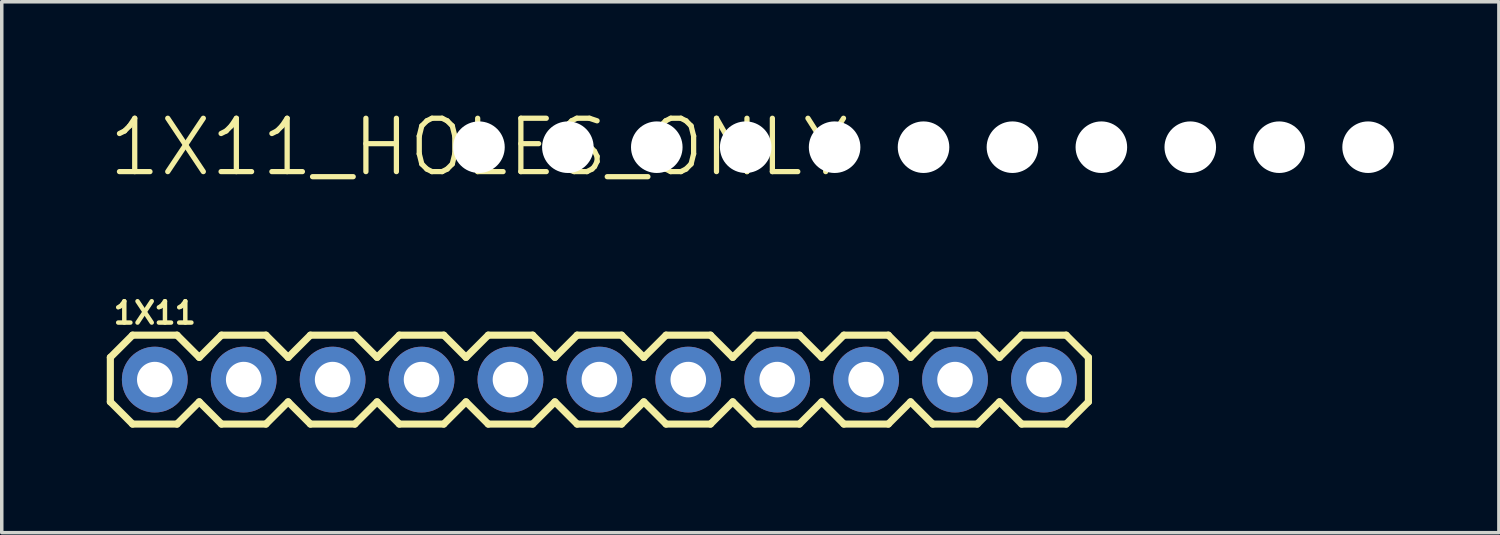
<source format=kicad_pcb>
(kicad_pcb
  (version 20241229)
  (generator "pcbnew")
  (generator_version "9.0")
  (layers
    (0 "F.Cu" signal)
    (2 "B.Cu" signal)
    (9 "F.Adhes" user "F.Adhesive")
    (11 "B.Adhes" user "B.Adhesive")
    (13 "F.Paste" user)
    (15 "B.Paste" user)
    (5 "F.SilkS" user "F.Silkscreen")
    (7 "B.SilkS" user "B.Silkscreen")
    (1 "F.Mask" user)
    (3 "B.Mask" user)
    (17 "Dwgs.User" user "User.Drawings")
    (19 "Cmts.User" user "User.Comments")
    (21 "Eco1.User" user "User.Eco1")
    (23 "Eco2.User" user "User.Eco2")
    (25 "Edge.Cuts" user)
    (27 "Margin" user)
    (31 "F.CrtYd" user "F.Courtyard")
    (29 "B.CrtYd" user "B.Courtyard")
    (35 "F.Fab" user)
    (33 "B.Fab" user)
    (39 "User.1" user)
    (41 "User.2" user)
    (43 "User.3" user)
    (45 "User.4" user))
  (footprint "1X11"
    (layer "F.Cu")
    (at 1.372 7.794)
    (property "Reference" "1X11" (at 0 -1.905 0) (layer "F.SilkS") (effects (font (size 0.61 0.61) (thickness 0.127))))
    (attr exclude_from_pos_files exclude_from_bom)
    (fp_line (start -1.27 -0.635) (end -1.27 0.635) (stroke (width 0.203) (type solid)) (layer "F.SilkS"))
    (fp_line (start -1.27 0.635) (end -0.635 1.27) (stroke (width 0.203) (type solid)) (layer "F.SilkS"))
    (fp_line (start -0.635 -1.27) (end -1.27 -0.635) (stroke (width 0.203) (type solid)) (layer "F.SilkS"))
    (fp_line (start -0.635 -1.27) (end 0.635 -1.27) (stroke (width 0.203) (type solid)) (layer "F.SilkS"))
    (fp_line (start 0.635 -1.27) (end 1.27 -0.635) (stroke (width 0.203) (type solid)) (layer "F.SilkS"))
    (fp_line (start 0.635 1.27) (end -0.635 1.27) (stroke (width 0.203) (type solid)) (layer "F.SilkS"))
    (fp_line (start 1.27 -0.635) (end 1.905 -1.27) (stroke (width 0.203) (type solid)) (layer "F.SilkS"))
    (fp_line (start 1.27 0.635) (end 0.635 1.27) (stroke (width 0.203) (type solid)) (layer "F.SilkS"))
    (fp_line (start 1.905 -1.27) (end 3.175 -1.27) (stroke (width 0.203) (type solid)) (layer "F.SilkS"))
    (fp_line (start 1.905 1.27) (end 1.27 0.635) (stroke (width 0.203) (type solid)) (layer "F.SilkS"))
    (fp_line (start 3.175 -1.27) (end 3.81 -0.635) (stroke (width 0.203) (type solid)) (layer "F.SilkS"))
    (fp_line (start 3.175 1.27) (end 1.905 1.27) (stroke (width 0.203) (type solid)) (layer "F.SilkS"))
    (fp_line (start 3.81 -0.635) (end 4.445 -1.27) (stroke (width 0.203) (type solid)) (layer "F.SilkS"))
    (fp_line (start 3.81 0.635) (end 3.175 1.27) (stroke (width 0.203) (type solid)) (layer "F.SilkS"))
    (fp_line (start 4.445 -1.27) (end 5.715 -1.27) (stroke (width 0.203) (type solid)) (layer "F.SilkS"))
    (fp_line (start 4.445 1.27) (end 3.81 0.635) (stroke (width 0.203) (type solid)) (layer "F.SilkS"))
    (fp_line (start 5.715 -1.27) (end 6.35 -0.635) (stroke (width 0.203) (type solid)) (layer "F.SilkS"))
    (fp_line (start 5.715 1.27) (end 4.445 1.27) (stroke (width 0.203) (type solid)) (layer "F.SilkS"))
    (fp_line (start 6.35 0.635) (end 5.715 1.27) (stroke (width 0.203) (type solid)) (layer "F.SilkS"))
    (fp_line (start 6.35 0.635) (end 6.985 1.27) (stroke (width 0.203) (type solid)) (layer "F.SilkS"))
    (fp_line (start 6.985 -1.27) (end 6.35 -0.635) (stroke (width 0.203) (type solid)) (layer "F.SilkS"))
    (fp_line (start 6.985 -1.27) (end 8.255 -1.27) (stroke (width 0.203) (type solid)) (layer "F.SilkS"))
    (fp_line (start 8.255 -1.27) (end 8.89 -0.635) (stroke (width 0.203) (type solid)) (layer "F.SilkS"))
    (fp_line (start 8.255 1.27) (end 6.985 1.27) (stroke (width 0.203) (type solid)) (layer "F.SilkS"))
    (fp_line (start 8.89 -0.635) (end 9.525 -1.27) (stroke (width 0.203) (type solid)) (layer "F.SilkS"))
    (fp_line (start 8.89 0.635) (end 8.255 1.27) (stroke (width 0.203) (type solid)) (layer "F.SilkS"))
    (fp_line (start 9.525 -1.27) (end 10.795 -1.27) (stroke (width 0.203) (type solid)) (layer "F.SilkS"))
    (fp_line (start 9.525 1.27) (end 8.89 0.635) (stroke (width 0.203) (type solid)) (layer "F.SilkS"))
    (fp_line (start 10.795 -1.27) (end 11.43 -0.635) (stroke (width 0.203) (type solid)) (layer "F.SilkS"))
    (fp_line (start 10.795 1.27) (end 9.525 1.27) (stroke (width 0.203) (type solid)) (layer "F.SilkS"))
    (fp_line (start 11.43 -0.635) (end 12.065 -1.27) (stroke (width 0.203) (type solid)) (layer "F.SilkS"))
    (fp_line (start 11.43 0.635) (end 10.795 1.27) (stroke (width 0.203) (type solid)) (layer "F.SilkS"))
    (fp_line (start 12.065 -1.27) (end 13.335 -1.27) (stroke (width 0.203) (type solid)) (layer "F.SilkS"))
    (fp_line (start 12.065 1.27) (end 11.43 0.635) (stroke (width 0.203) (type solid)) (layer "F.SilkS"))
    (fp_line (start 13.335 -1.27) (end 13.97 -0.635) (stroke (width 0.203) (type solid)) (layer "F.SilkS"))
    (fp_line (start 13.335 1.27) (end 12.065 1.27) (stroke (width 0.203) (type solid)) (layer "F.SilkS"))
    (fp_line (start 13.97 0.635) (end 13.335 1.27) (stroke (width 0.203) (type solid)) (layer "F.SilkS"))
    (fp_line (start 13.97 0.635) (end 14.605 1.27) (stroke (width 0.203) (type solid)) (layer "F.SilkS"))
    (fp_line (start 14.605 -1.27) (end 13.97 -0.635) (stroke (width 0.203) (type solid)) (layer "F.SilkS"))
    (fp_line (start 14.605 -1.27) (end 15.875 -1.27) (stroke (width 0.203) (type solid)) (layer "F.SilkS"))
    (fp_line (start 15.875 -1.27) (end 16.51 -0.635) (stroke (width 0.203) (type solid)) (layer "F.SilkS"))
    (fp_line (start 15.875 1.27) (end 14.605 1.27) (stroke (width 0.203) (type solid)) (layer "F.SilkS"))
    (fp_line (start 16.51 0.635) (end 15.875 1.27) (stroke (width 0.203) (type solid)) (layer "F.SilkS"))
    (fp_line (start 16.51 0.635) (end 17.145 1.27) (stroke (width 0.203) (type solid)) (layer "F.SilkS"))
    (fp_line (start 17.145 -1.27) (end 16.51 -0.635) (stroke (width 0.203) (type solid)) (layer "F.SilkS"))
    (fp_line (start 17.145 -1.27) (end 18.415 -1.27) (stroke (width 0.203) (type solid)) (layer "F.SilkS"))
    (fp_line (start 18.415 -1.27) (end 19.05 -0.635) (stroke (width 0.203) (type solid)) (layer "F.SilkS"))
    (fp_line (start 18.415 1.27) (end 17.145 1.27) (stroke (width 0.203) (type solid)) (layer "F.SilkS"))
    (fp_line (start 19.05 0.635) (end 18.415 1.27) (stroke (width 0.203) (type solid)) (layer "F.SilkS"))
    (fp_line (start 19.05 0.635) (end 19.685 1.27) (stroke (width 0.203) (type solid)) (layer "F.SilkS"))
    (fp_line (start 19.685 -1.27) (end 19.05 -0.635) (stroke (width 0.203) (type solid)) (layer "F.SilkS"))
    (fp_line (start 19.685 -1.27) (end 20.955 -1.27) (stroke (width 0.203) (type solid)) (layer "F.SilkS"))
    (fp_line (start 20.955 -1.27) (end 21.59 -0.635) (stroke (width 0.203) (type solid)) (layer "F.SilkS"))
    (fp_line (start 20.955 1.27) (end 19.685 1.27) (stroke (width 0.203) (type solid)) (layer "F.SilkS"))
    (fp_line (start 21.59 0.635) (end 20.955 1.27) (stroke (width 0.203) (type solid)) (layer "F.SilkS"))
    (fp_line (start 21.59 0.635) (end 22.225 1.27) (stroke (width 0.203) (type solid)) (layer "F.SilkS"))
    (fp_line (start 22.225 -1.27) (end 21.59 -0.635) (stroke (width 0.203) (type solid)) (layer "F.SilkS"))
    (fp_line (start 22.225 -1.27) (end 23.495 -1.27) (stroke (width 0.203) (type solid)) (layer "F.SilkS"))
    (fp_line (start 23.495 -1.27) (end 24.13 -0.635) (stroke (width 0.203) (type solid)) (layer "F.SilkS"))
    (fp_line (start 23.495 1.27) (end 22.225 1.27) (stroke (width 0.203) (type solid)) (layer "F.SilkS"))
    (fp_line (start 24.13 0.635) (end 23.495 1.27) (stroke (width 0.203) (type solid)) (layer "F.SilkS"))
    (fp_line (start 24.13 0.635) (end 24.765 1.27) (stroke (width 0.203) (type solid)) (layer "F.SilkS"))
    (fp_line (start 24.765 -1.27) (end 24.13 -0.635) (stroke (width 0.203) (type solid)) (layer "F.SilkS"))
    (fp_line (start 24.765 -1.27) (end 26.035 -1.27) (stroke (width 0.203) (type solid)) (layer "F.SilkS"))
    (fp_line (start 26.035 -1.27) (end 26.67 -0.635) (stroke (width 0.203) (type solid)) (layer "F.SilkS"))
    (fp_line (start 26.035 1.27) (end 24.765 1.27) (stroke (width 0.203) (type solid)) (layer "F.SilkS"))
    (fp_line (start 26.67 -0.635) (end 26.67 0.635) (stroke (width 0.203) (type solid)) (layer "F.SilkS"))
    (fp_line (start 26.67 0.635) (end 26.035 1.27) (stroke (width 0.203) (type solid)) (layer "F.SilkS"))
    (pad "1" thru_hole circle (at 0 0) (size 1.88 1.88) (drill 1.016) (layers "*.Cu" "*.Mask"))
    (pad "2" thru_hole circle (at 2.54 0) (size 1.88 1.88) (drill 1.016) (layers "*.Cu" "*.Mask"))
    (pad "3" thru_hole circle (at 5.08 0) (size 1.88 1.88) (drill 1.016) (layers "*.Cu" "*.Mask"))
    (pad "4" thru_hole circle (at 7.62 0) (size 1.88 1.88) (drill 1.016) (layers "*.Cu" "*.Mask"))
    (pad "5" thru_hole circle (at 10.16 0) (size 1.88 1.88) (drill 1.016) (layers "*.Cu" "*.Mask"))
    (pad "6" thru_hole circle (at 12.7 0) (size 1.88 1.88) (drill 1.016) (layers "*.Cu" "*.Mask"))
    (pad "7" thru_hole circle (at 15.24 0) (size 1.88 1.88) (drill 1.016) (layers "*.Cu" "*.Mask"))
    (pad "8" thru_hole circle (at 17.78 0) (size 1.88 1.88) (drill 1.016) (layers "*.Cu" "*.Mask"))
    (pad "9" thru_hole circle (at 20.32 0) (size 1.88 1.88) (drill 1.016) (layers "*.Cu" "*.Mask"))
    (pad "10" thru_hole circle (at 22.86 0) (size 1.88 1.88) (drill 1.016) (layers "*.Cu" "*.Mask"))
    (pad "11" thru_hole circle (at 25.4 0) (size 1.88 1.88) (drill 1.016) (layers "*.Cu" "*.Mask")))
  (footprint "1X11_HOLES_ONLY"
    (layer "F.Cu")
    (at 10.632 1.155)
    (property "Reference" "1X11_HOLES_ONLY" (at 0 0 0) (layer "F.SilkS") (effects (font (size 1.524 1.524) (thickness 0.15))))
    (attr exclude_from_pos_files exclude_from_bom)
    (fp_circle (center 0 0) (end 0 -0.635) (stroke (width 0.127) (type solid)) (fill no) (layer "Dwgs.User"))
    (fp_circle (center 2.54 0) (end 2.54 -0.635) (stroke (width 0.127) (type solid)) (fill no) (layer "Dwgs.User"))
    (fp_circle (center 5.08 0) (end 5.08 -0.635) (stroke (width 0.127) (type solid)) (fill no) (layer "Dwgs.User"))
    (fp_circle (center 7.62 0) (end 7.62 -0.635) (stroke (width 0.127) (type solid)) (fill no) (layer "Dwgs.User"))
    (fp_circle (center 10.16 0) (end 10.16 -0.635) (stroke (width 0.127) (type solid)) (fill no) (layer "Dwgs.User"))
    (fp_circle (center 12.7 0) (end 12.7 -0.635) (stroke (width 0.127) (type solid)) (fill no) (layer "Dwgs.User"))
    (fp_circle (center 15.24 0) (end 15.24 -0.635) (stroke (width 0.127) (type solid)) (fill no) (layer "Dwgs.User"))
    (fp_circle (center 17.78 0) (end 17.78 -0.635) (stroke (width 0.127) (type solid)) (fill no) (layer "Dwgs.User"))
    (fp_circle (center 20.32 0) (end 20.32 -0.635) (stroke (width 0.127) (type solid)) (fill no) (layer "Dwgs.User"))
    (fp_circle (center 22.86 0) (end 22.86 -0.635) (stroke (width 0.127) (type solid)) (fill no) (layer "Dwgs.User"))
    (fp_circle (center 25.4 0) (end 25.4 -0.635) (stroke (width 0.127) (type solid)) (fill no) (layer "Dwgs.User"))
    (pad "" np_thru_hole circle (at 0 0) (size 1.473 1.473) (drill 1.473) (layers "*.Cu" "*.Mask"))
    (pad "" np_thru_hole circle (at 2.54 0) (size 1.473 1.473) (drill 1.473) (layers "*.Cu" "*.Mask"))
    (pad "" np_thru_hole circle (at 5.08 0) (size 1.473 1.473) (drill 1.473) (layers "*.Cu" "*.Mask"))
    (pad "" np_thru_hole circle (at 7.62 0) (size 1.473 1.473) (drill 1.473) (layers "*.Cu" "*.Mask"))
    (pad "" np_thru_hole circle (at 10.16 0) (size 1.473 1.473) (drill 1.473) (layers "*.Cu" "*.Mask"))
    (pad "" np_thru_hole circle (at 12.7 0) (size 1.473 1.473) (drill 1.473) (layers "*.Cu" "*.Mask"))
    (pad "" np_thru_hole circle (at 15.24 0) (size 1.473 1.473) (drill 1.473) (layers "*.Cu" "*.Mask"))
    (pad "" np_thru_hole circle (at 17.78 0) (size 1.473 1.473) (drill 1.473) (layers "*.Cu" "*.Mask"))
    (pad "" np_thru_hole circle (at 20.32 0) (size 1.473 1.473) (drill 1.473) (layers "*.Cu" "*.Mask"))
    (pad "" np_thru_hole circle (at 22.86 0) (size 1.473 1.473) (drill 1.473) (layers "*.Cu" "*.Mask"))
    (pad "" np_thru_hole circle (at 25.4 0) (size 1.473 1.473) (drill 1.473) (layers "*.Cu" "*.Mask"))
    (pad "1" thru_hole circle (at 0 0) (size 0.813 0.813) (drill 0.889) (layers "*.Cu" "*.Mask"))
    (pad "2" thru_hole circle (at 2.54 0) (size 0.813 0.813) (drill 0.889) (layers "*.Cu" "*.Mask"))
    (pad "3" thru_hole circle (at 5.08 0) (size 0.813 0.813) (drill 0.889) (layers "*.Cu" "*.Mask"))
    (pad "4" thru_hole circle (at 7.62 0) (size 0.813 0.813) (drill 0.889) (layers "*.Cu" "*.Mask"))
    (pad "5" thru_hole circle (at 10.16 0) (size 0.813 0.813) (drill 0.889) (layers "*.Cu" "*.Mask"))
    (pad "6" thru_hole circle (at 12.7 0) (size 0.813 0.813) (drill 0.889) (layers "*.Cu" "*.Mask"))
    (pad "7" thru_hole circle (at 15.24 0) (size 0.813 0.813) (drill 0.889) (layers "*.Cu" "*.Mask"))
    (pad "8" thru_hole circle (at 17.78 0) (size 0.813 0.813) (drill 0.889) (layers "*.Cu" "*.Mask"))
    (pad "9" thru_hole circle (at 20.32 0) (size 0.813 0.813) (drill 0.889) (layers "*.Cu" "*.Mask"))
    (pad "10" thru_hole circle (at 22.86 0) (size 0.813 0.813) (drill 0.889) (layers "*.Cu" "*.Mask"))
    (pad "11" thru_hole circle (at 25.4 0) (size 0.813 0.813) (drill 0.889) (layers "*.Cu" "*.Mask")))
  (gr_rect
    (start -3 -3)
    (end 39.768 12.166)
    (stroke (width 0.1) (type default))
    (fill no)
    (layer "Edge.Cuts")))
</source>
